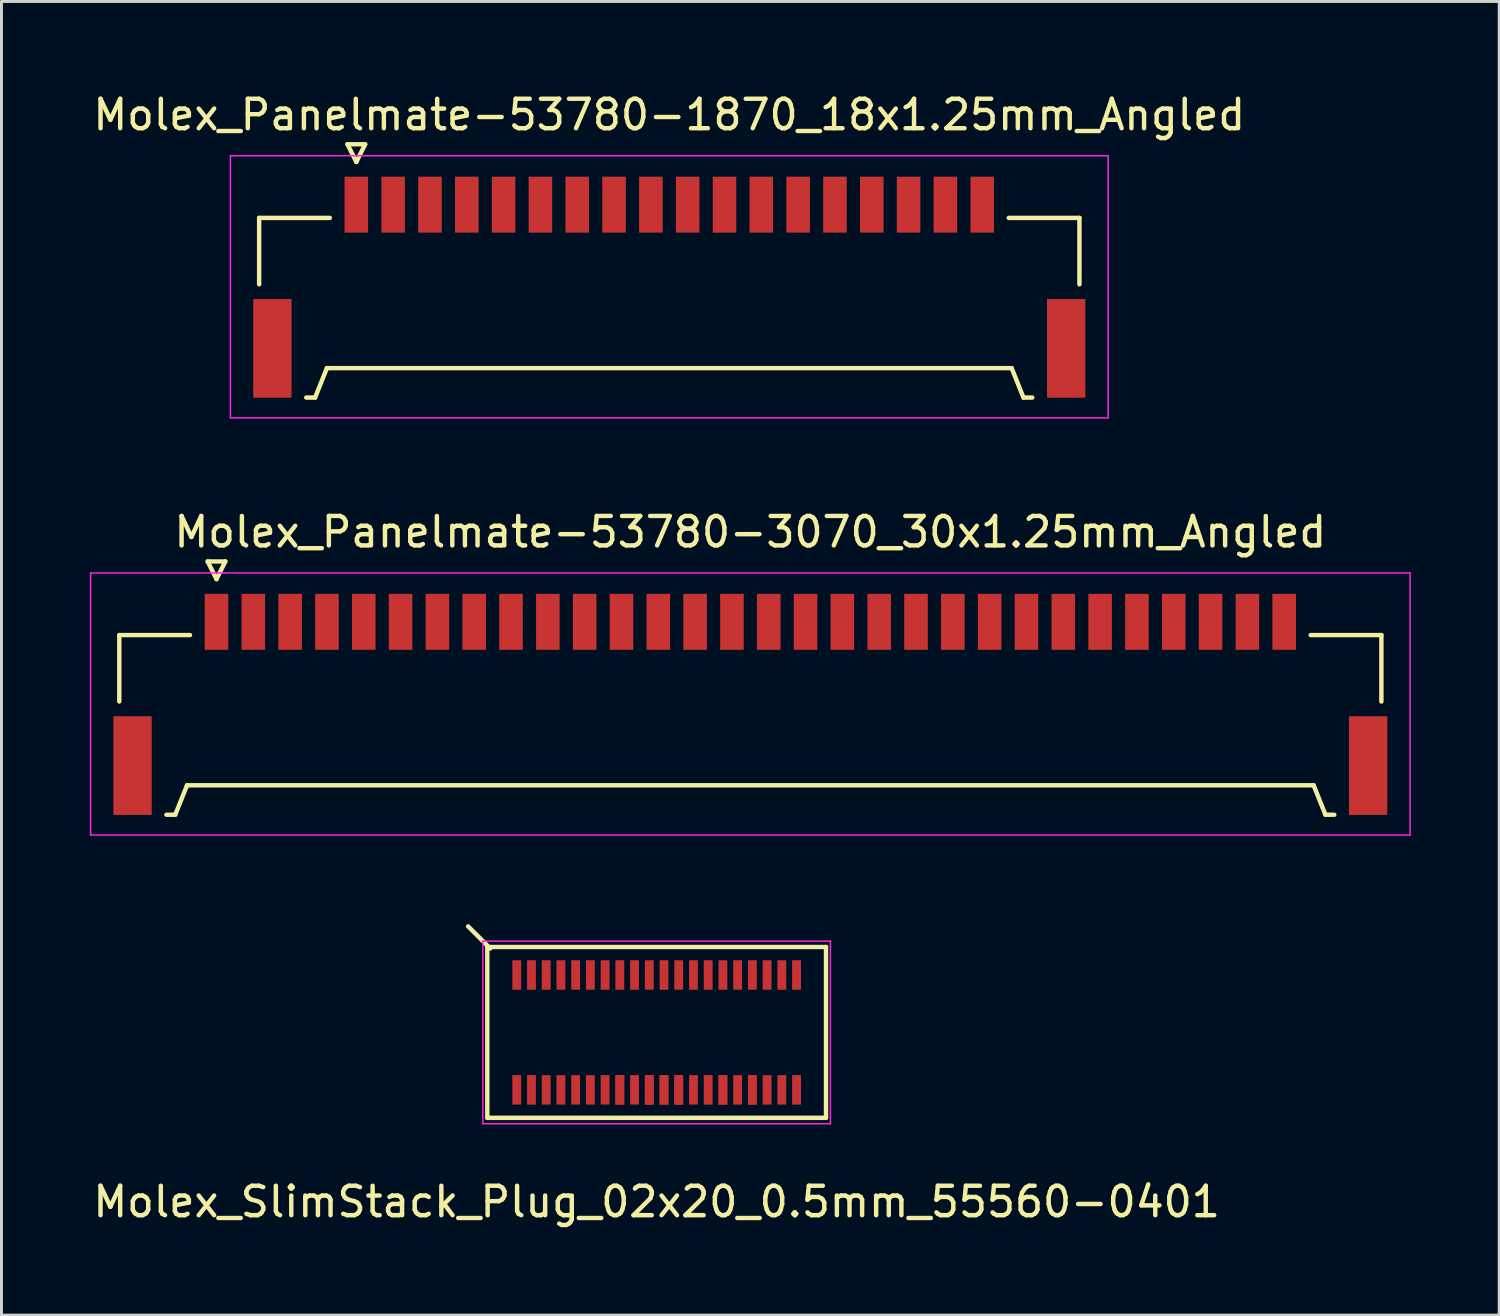
<source format=kicad_pcb>
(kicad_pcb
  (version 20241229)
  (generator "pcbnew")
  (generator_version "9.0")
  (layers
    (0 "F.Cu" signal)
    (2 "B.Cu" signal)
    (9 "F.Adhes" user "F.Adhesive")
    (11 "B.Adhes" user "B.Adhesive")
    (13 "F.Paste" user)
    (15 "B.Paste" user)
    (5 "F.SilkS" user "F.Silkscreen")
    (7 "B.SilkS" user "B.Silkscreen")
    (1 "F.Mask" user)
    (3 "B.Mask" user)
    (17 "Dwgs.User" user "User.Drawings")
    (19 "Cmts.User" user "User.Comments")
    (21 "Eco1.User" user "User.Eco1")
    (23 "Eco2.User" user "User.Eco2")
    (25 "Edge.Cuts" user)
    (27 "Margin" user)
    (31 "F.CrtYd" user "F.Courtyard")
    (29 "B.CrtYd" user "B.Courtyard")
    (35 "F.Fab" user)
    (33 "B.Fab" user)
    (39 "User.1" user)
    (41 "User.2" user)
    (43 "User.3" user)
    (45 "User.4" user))
  (footprint "Molex_Panelmate-53780-3070_30x1.25mm_Angled"
    (layer "F.Cu")
    (at 22.425 20.502)
    (property "Reference" "Molex_Panelmate-53780-3070_30x1.25mm_Angled" (at 0 -5.49 0) (layer "F.SilkS") (effects (font (size 1 1) (thickness 0.15))))
    (attr smd)
    (fp_line (start -21.425 -1.99) (end -21.425 0.265) (stroke (width 0.15) (type solid)) (layer "F.SilkS"))
    (fp_line (start -19.825 4.11) (end -19.525 4.11) (stroke (width 0.15) (type solid)) (layer "F.SilkS"))
    (fp_line (start -19.525 4.11) (end -19.125 3.11) (stroke (width 0.15) (type solid)) (layer "F.SilkS"))
    (fp_line (start -19.125 3.11) (end 19.125 3.11) (stroke (width 0.15) (type solid)) (layer "F.SilkS"))
    (fp_line (start -19.025 -1.99) (end -21.425 -1.99) (stroke (width 0.15) (type solid)) (layer "F.SilkS"))
    (fp_line (start -18.425 -4.49) (end -18.125 -3.89) (stroke (width 0.15) (type solid)) (layer "F.SilkS"))
    (fp_line (start -18.125 -3.89) (end -17.825 -4.49) (stroke (width 0.15) (type solid)) (layer "F.SilkS"))
    (fp_line (start -17.825 -4.49) (end -18.425 -4.49) (stroke (width 0.15) (type solid)) (layer "F.SilkS"))
    (fp_line (start 19.025 -1.99) (end 21.425 -1.99) (stroke (width 0.15) (type solid)) (layer "F.SilkS"))
    (fp_line (start 19.125 3.11) (end 19.525 4.11) (stroke (width 0.15) (type solid)) (layer "F.SilkS"))
    (fp_line (start 19.525 4.11) (end 19.825 4.11) (stroke (width 0.15) (type solid)) (layer "F.SilkS"))
    (fp_line (start 21.425 -1.99) (end 21.425 0.265) (stroke (width 0.15) (type solid)) (layer "F.SilkS"))
    (fp_line (start -22.4 -4.1) (end -22.4 4.8) (stroke (width 0.05) (type solid)) (layer "F.CrtYd"))
    (fp_line (start -22.4 4.8) (end 22.4 4.8) (stroke (width 0.05) (type solid)) (layer "F.CrtYd"))
    (fp_line (start 22.4 -4.1) (end -22.4 -4.1) (stroke (width 0.05) (type solid)) (layer "F.CrtYd"))
    (fp_line (start 22.4 4.8) (end 22.4 -4.1) (stroke (width 0.05) (type solid)) (layer "F.CrtYd"))
    (pad "" smd rect (at -20.975 2.44) (size 1.3 3.35) (layers "F.Cu" "F.Mask" "F.Paste"))
    (pad "" smd rect (at 20.975 2.44) (size 1.3 3.35) (layers "F.Cu" "F.Mask" "F.Paste"))
    (pad "1" smd rect (at -18.125 -2.44) (size 0.8 1.9) (layers "F.Cu" "F.Mask" "F.Paste"))
    (pad "2" smd rect (at -16.875 -2.44) (size 0.8 1.9) (layers "F.Cu" "F.Mask" "F.Paste"))
    (pad "3" smd rect (at -15.625 -2.44) (size 0.8 1.9) (layers "F.Cu" "F.Mask" "F.Paste"))
    (pad "4" smd rect (at -14.375 -2.44) (size 0.8 1.9) (layers "F.Cu" "F.Mask" "F.Paste"))
    (pad "5" smd rect (at -13.125 -2.44) (size 0.8 1.9) (layers "F.Cu" "F.Mask" "F.Paste"))
    (pad "6" smd rect (at -11.875 -2.44) (size 0.8 1.9) (layers "F.Cu" "F.Mask" "F.Paste"))
    (pad "7" smd rect (at -10.625 -2.44) (size 0.8 1.9) (layers "F.Cu" "F.Mask" "F.Paste"))
    (pad "8" smd rect (at -9.375 -2.44) (size 0.8 1.9) (layers "F.Cu" "F.Mask" "F.Paste"))
    (pad "9" smd rect (at -8.125 -2.44) (size 0.8 1.9) (layers "F.Cu" "F.Mask" "F.Paste"))
    (pad "10" smd rect (at -6.875 -2.44) (size 0.8 1.9) (layers "F.Cu" "F.Mask" "F.Paste"))
    (pad "11" smd rect (at -5.625 -2.44) (size 0.8 1.9) (layers "F.Cu" "F.Mask" "F.Paste"))
    (pad "12" smd rect (at -4.375 -2.44) (size 0.8 1.9) (layers "F.Cu" "F.Mask" "F.Paste"))
    (pad "13" smd rect (at -3.125 -2.44) (size 0.8 1.9) (layers "F.Cu" "F.Mask" "F.Paste"))
    (pad "14" smd rect (at -1.875 -2.44) (size 0.8 1.9) (layers "F.Cu" "F.Mask" "F.Paste"))
    (pad "15" smd rect (at -0.625 -2.44) (size 0.8 1.9) (layers "F.Cu" "F.Mask" "F.Paste"))
    (pad "16" smd rect (at 0.625 -2.44) (size 0.8 1.9) (layers "F.Cu" "F.Mask" "F.Paste"))
    (pad "17" smd rect (at 1.875 -2.44) (size 0.8 1.9) (layers "F.Cu" "F.Mask" "F.Paste"))
    (pad "18" smd rect (at 3.125 -2.44) (size 0.8 1.9) (layers "F.Cu" "F.Mask" "F.Paste"))
    (pad "19" smd rect (at 4.375 -2.44) (size 0.8 1.9) (layers "F.Cu" "F.Mask" "F.Paste"))
    (pad "20" smd rect (at 5.625 -2.44) (size 0.8 1.9) (layers "F.Cu" "F.Mask" "F.Paste"))
    (pad "21" smd rect (at 6.875 -2.44) (size 0.8 1.9) (layers "F.Cu" "F.Mask" "F.Paste"))
    (pad "22" smd rect (at 8.125 -2.44) (size 0.8 1.9) (layers "F.Cu" "F.Mask" "F.Paste"))
    (pad "23" smd rect (at 9.375 -2.44) (size 0.8 1.9) (layers "F.Cu" "F.Mask" "F.Paste"))
    (pad "24" smd rect (at 10.625 -2.44) (size 0.8 1.9) (layers "F.Cu" "F.Mask" "F.Paste"))
    (pad "25" smd rect (at 11.875 -2.44) (size 0.8 1.9) (layers "F.Cu" "F.Mask" "F.Paste"))
    (pad "26" smd rect (at 13.125 -2.44) (size 0.8 1.9) (layers "F.Cu" "F.Mask" "F.Paste"))
    (pad "27" smd rect (at 14.375 -2.44) (size 0.8 1.9) (layers "F.Cu" "F.Mask" "F.Paste"))
    (pad "28" smd rect (at 15.625 -2.44) (size 0.8 1.9) (layers "F.Cu" "F.Mask" "F.Paste"))
    (pad "29" smd rect (at 16.875 -2.44) (size 0.8 1.9) (layers "F.Cu" "F.Mask" "F.Paste"))
    (pad "30" smd rect (at 18.125 -2.44) (size 0.8 1.9) (layers "F.Cu" "F.Mask" "F.Paste")))
  (footprint "Molex_SlimStack_Plug_02x20_0.5mm_55560-0401"
    (layer "F.Cu")
    (at 19.244 32.002)
    (property "Reference" "Molex_SlimStack_Plug_02x20_0.5mm_55560-0401" (at 0 5.75 0) (layer "F.SilkS") (effects (font (size 1 1) (thickness 0.15))))
    (attr smd)
    (fp_line (start -5.75 -2.9) (end -5.75 2.9) (stroke (width 0.15) (type solid)) (layer "F.SilkS"))
    (fp_line (start -5.75 2.9) (end 5.75 2.9) (stroke (width 0.15) (type solid)) (layer "F.SilkS"))
    (fp_line (start -5.65 -2.85) (end -6.4 -3.6) (stroke (width 0.15) (type solid)) (layer "F.SilkS"))
    (fp_line (start 5.75 -2.9) (end -5.75 -2.9) (stroke (width 0.15) (type solid)) (layer "F.SilkS"))
    (fp_line (start 5.75 2.9) (end 5.75 -2.9) (stroke (width 0.15) (type solid)) (layer "F.SilkS"))
    (fp_line (start -5.9 -3.1) (end -5.9 3.1) (stroke (width 0.05) (type solid)) (layer "F.CrtYd"))
    (fp_line (start -5.9 3.1) (end 5.9 3.1) (stroke (width 0.05) (type solid)) (layer "F.CrtYd"))
    (fp_line (start 5.9 -3.1) (end -5.9 -3.1) (stroke (width 0.05) (type solid)) (layer "F.CrtYd"))
    (fp_line (start 5.9 3.1) (end 5.9 -3.1) (stroke (width 0.05) (type solid)) (layer "F.CrtYd"))
    (pad "1" smd rect (at -4.75 -1.95) (size 0.3 1) (layers "F.Cu" "F.Mask" "F.Paste"))
    (pad "2" smd rect (at -4.75 1.95) (size 0.3 1) (layers "F.Cu" "F.Mask" "F.Paste"))
    (pad "3" smd rect (at -4.25 -1.95) (size 0.3 1) (layers "F.Cu" "F.Mask" "F.Paste"))
    (pad "4" smd rect (at -4.25 1.95) (size 0.3 1) (layers "F.Cu" "F.Mask" "F.Paste"))
    (pad "5" smd rect (at -3.75 -1.95) (size 0.3 1) (layers "F.Cu" "F.Mask" "F.Paste"))
    (pad "6" smd rect (at -3.75 1.95) (size 0.3 1) (layers "F.Cu" "F.Mask" "F.Paste"))
    (pad "7" smd rect (at -3.25 -1.95) (size 0.3 1) (layers "F.Cu" "F.Mask" "F.Paste"))
    (pad "8" smd rect (at -3.25 1.95) (size 0.3 1) (layers "F.Cu" "F.Mask" "F.Paste"))
    (pad "9" smd rect (at -2.75 -1.95) (size 0.3 1) (layers "F.Cu" "F.Mask" "F.Paste"))
    (pad "10" smd rect (at -2.75 1.95) (size 0.3 1) (layers "F.Cu" "F.Mask" "F.Paste"))
    (pad "11" smd rect (at -2.25 -1.95) (size 0.3 1) (layers "F.Cu" "F.Mask" "F.Paste"))
    (pad "12" smd rect (at -2.25 1.95) (size 0.3 1) (layers "F.Cu" "F.Mask" "F.Paste"))
    (pad "13" smd rect (at -1.75 -1.95) (size 0.3 1) (layers "F.Cu" "F.Mask" "F.Paste"))
    (pad "14" smd rect (at -1.75 1.95) (size 0.3 1) (layers "F.Cu" "F.Mask" "F.Paste"))
    (pad "15" smd rect (at -1.25 -1.95) (size 0.3 1) (layers "F.Cu" "F.Mask" "F.Paste"))
    (pad "16" smd rect (at -1.25 1.95) (size 0.3 1) (layers "F.Cu" "F.Mask" "F.Paste"))
    (pad "16" smd rect (at -1.25 1.95) (size 0.3 1) (layers "F.Cu" "F.Mask" "F.Paste"))
    (pad "17" smd rect (at -0.75 -1.95) (size 0.3 1) (layers "F.Cu" "F.Mask" "F.Paste"))
    (pad "18" smd rect (at -0.75 1.95) (size 0.3 1) (layers "F.Cu" "F.Mask" "F.Paste"))
    (pad "19" smd rect (at -0.25 -1.95) (size 0.3 1) (layers "F.Cu" "F.Mask" "F.Paste"))
    (pad "20" smd rect (at -0.25 1.95) (size 0.3 1) (layers "F.Cu" "F.Mask" "F.Paste"))
    (pad "20" smd rect (at -0.25 1.95) (size 0.3 1) (layers "F.Cu" "F.Mask" "F.Paste"))
    (pad "21" smd rect (at 0.25 -1.95) (size 0.3 1) (layers "F.Cu" "F.Mask" "F.Paste"))
    (pad "22" smd rect (at 0.25 1.95) (size 0.3 1) (layers "F.Cu" "F.Mask" "F.Paste"))
    (pad "22" smd rect (at 0.25 1.95) (size 0.3 1) (layers "F.Cu" "F.Mask" "F.Paste"))
    (pad "23" smd rect (at 0.75 -1.95) (size 0.3 1) (layers "F.Cu" "F.Mask" "F.Paste"))
    (pad "24" smd rect (at 0.75 1.95) (size 0.3 1) (layers "F.Cu" "F.Mask" "F.Paste"))
    (pad "24" smd rect (at 0.75 1.95) (size 0.3 1) (layers "F.Cu" "F.Mask" "F.Paste"))
    (pad "25" smd rect (at 1.25 -1.95) (size 0.3 1) (layers "F.Cu" "F.Mask" "F.Paste"))
    (pad "26" smd rect (at 1.25 1.95) (size 0.3 1) (layers "F.Cu" "F.Mask" "F.Paste"))
    (pad "27" smd rect (at 1.75 -1.95) (size 0.3 1) (layers "F.Cu" "F.Mask" "F.Paste"))
    (pad "28" smd rect (at 1.75 1.95) (size 0.3 1) (layers "F.Cu" "F.Mask" "F.Paste"))
    (pad "29" smd rect (at 2.25 -1.95) (size 0.3 1) (layers "F.Cu" "F.Mask" "F.Paste"))
    (pad "30" smd rect (at 2.25 1.95) (size 0.3 1) (layers "F.Cu" "F.Mask" "F.Paste"))
    (pad "30" smd rect (at 2.25 1.95) (size 0.3 1) (layers "F.Cu" "F.Mask" "F.Paste"))
    (pad "31" smd rect (at 2.75 -1.95) (size 0.3 1) (layers "F.Cu" "F.Mask" "F.Paste"))
    (pad "32" smd rect (at 2.75 1.95) (size 0.3 1) (layers "F.Cu" "F.Mask" "F.Paste"))
    (pad "33" smd rect (at 3.25 -1.95) (size 0.3 1) (layers "F.Cu" "F.Mask" "F.Paste"))
    (pad "34" smd rect (at 3.25 1.95) (size 0.3 1) (layers "F.Cu" "F.Mask" "F.Paste"))
    (pad "34" smd rect (at 3.25 1.95) (size 0.3 1) (layers "F.Cu" "F.Mask" "F.Paste"))
    (pad "35" smd rect (at 3.75 -1.95) (size 0.3 1) (layers "F.Cu" "F.Mask" "F.Paste"))
    (pad "36" smd rect (at 3.75 1.95) (size 0.3 1) (layers "F.Cu" "F.Mask" "F.Paste"))
    (pad "37" smd rect (at 4.25 -1.95) (size 0.3 1) (layers "F.Cu" "F.Mask" "F.Paste"))
    (pad "38" smd rect (at 4.25 1.95) (size 0.3 1) (layers "F.Cu" "F.Mask" "F.Paste"))
    (pad "39" smd rect (at 4.75 -1.95) (size 0.3 1) (layers "F.Cu" "F.Mask" "F.Paste"))
    (pad "40" smd rect (at 4.75 1.95) (size 0.3 1) (layers "F.Cu" "F.Mask" "F.Paste")))
  (footprint "Molex_Panelmate-53780-1870_18x1.25mm_Angled"
    (layer "F.Cu")
    (at 19.673 6.338)
    (property "Reference" "Molex_Panelmate-53780-1870_18x1.25mm_Angled" (at 0 -5.49 0) (layer "F.SilkS") (effects (font (size 1 1) (thickness 0.15))))
    (attr smd)
    (fp_line (start -13.925 -1.99) (end -13.925 0.265) (stroke (width 0.15) (type solid)) (layer "F.SilkS"))
    (fp_line (start -12.325 4.11) (end -12.025 4.11) (stroke (width 0.15) (type solid)) (layer "F.SilkS"))
    (fp_line (start -12.025 4.11) (end -11.625 3.11) (stroke (width 0.15) (type solid)) (layer "F.SilkS"))
    (fp_line (start -11.625 3.11) (end 11.625 3.11) (stroke (width 0.15) (type solid)) (layer "F.SilkS"))
    (fp_line (start -11.525 -1.99) (end -13.925 -1.99) (stroke (width 0.15) (type solid)) (layer "F.SilkS"))
    (fp_line (start -10.925 -4.49) (end -10.625 -3.89) (stroke (width 0.15) (type solid)) (layer "F.SilkS"))
    (fp_line (start -10.625 -3.89) (end -10.325 -4.49) (stroke (width 0.15) (type solid)) (layer "F.SilkS"))
    (fp_line (start -10.325 -4.49) (end -10.925 -4.49) (stroke (width 0.15) (type solid)) (layer "F.SilkS"))
    (fp_line (start 11.525 -1.99) (end 13.925 -1.99) (stroke (width 0.15) (type solid)) (layer "F.SilkS"))
    (fp_line (start 11.625 3.11) (end 12.025 4.11) (stroke (width 0.15) (type solid)) (layer "F.SilkS"))
    (fp_line (start 12.025 4.11) (end 12.325 4.11) (stroke (width 0.15) (type solid)) (layer "F.SilkS"))
    (fp_line (start 13.925 -1.99) (end 13.925 0.265) (stroke (width 0.15) (type solid)) (layer "F.SilkS"))
    (fp_line (start -14.9 -4.1) (end -14.9 4.8) (stroke (width 0.05) (type solid)) (layer "F.CrtYd"))
    (fp_line (start -14.9 4.8) (end 14.9 4.8) (stroke (width 0.05) (type solid)) (layer "F.CrtYd"))
    (fp_line (start 14.9 -4.1) (end -14.9 -4.1) (stroke (width 0.05) (type solid)) (layer "F.CrtYd"))
    (fp_line (start 14.9 4.8) (end 14.9 -4.1) (stroke (width 0.05) (type solid)) (layer "F.CrtYd"))
    (pad "" smd rect (at -13.475 2.44) (size 1.3 3.35) (layers "F.Cu" "F.Mask" "F.Paste"))
    (pad "" smd rect (at 13.475 2.44) (size 1.3 3.35) (layers "F.Cu" "F.Mask" "F.Paste"))
    (pad "1" smd rect (at -10.625 -2.44) (size 0.8 1.9) (layers "F.Cu" "F.Mask" "F.Paste"))
    (pad "2" smd rect (at -9.375 -2.44) (size 0.8 1.9) (layers "F.Cu" "F.Mask" "F.Paste"))
    (pad "3" smd rect (at -8.125 -2.44) (size 0.8 1.9) (layers "F.Cu" "F.Mask" "F.Paste"))
    (pad "4" smd rect (at -6.875 -2.44) (size 0.8 1.9) (layers "F.Cu" "F.Mask" "F.Paste"))
    (pad "5" smd rect (at -5.625 -2.44) (size 0.8 1.9) (layers "F.Cu" "F.Mask" "F.Paste"))
    (pad "6" smd rect (at -4.375 -2.44) (size 0.8 1.9) (layers "F.Cu" "F.Mask" "F.Paste"))
    (pad "7" smd rect (at -3.125 -2.44) (size 0.8 1.9) (layers "F.Cu" "F.Mask" "F.Paste"))
    (pad "8" smd rect (at -1.875 -2.44) (size 0.8 1.9) (layers "F.Cu" "F.Mask" "F.Paste"))
    (pad "9" smd rect (at -0.625 -2.44) (size 0.8 1.9) (layers "F.Cu" "F.Mask" "F.Paste"))
    (pad "10" smd rect (at 0.625 -2.44) (size 0.8 1.9) (layers "F.Cu" "F.Mask" "F.Paste"))
    (pad "11" smd rect (at 1.875 -2.44) (size 0.8 1.9) (layers "F.Cu" "F.Mask" "F.Paste"))
    (pad "12" smd rect (at 3.125 -2.44) (size 0.8 1.9) (layers "F.Cu" "F.Mask" "F.Paste"))
    (pad "13" smd rect (at 4.375 -2.44) (size 0.8 1.9) (layers "F.Cu" "F.Mask" "F.Paste"))
    (pad "14" smd rect (at 5.625 -2.44) (size 0.8 1.9) (layers "F.Cu" "F.Mask" "F.Paste"))
    (pad "15" smd rect (at 6.875 -2.44) (size 0.8 1.9) (layers "F.Cu" "F.Mask" "F.Paste"))
    (pad "16" smd rect (at 8.125 -2.44) (size 0.8 1.9) (layers "F.Cu" "F.Mask" "F.Paste"))
    (pad "17" smd rect (at 9.375 -2.44) (size 0.8 1.9) (layers "F.Cu" "F.Mask" "F.Paste"))
    (pad "18" smd rect (at 10.625 -2.44) (size 0.8 1.9) (layers "F.Cu" "F.Mask" "F.Paste")))
  (gr_rect
    (start -3 -3)
    (end 47.85 41.6)
    (stroke (width 0.1) (type default))
    (fill no)
    (layer "Edge.Cuts")))
</source>
